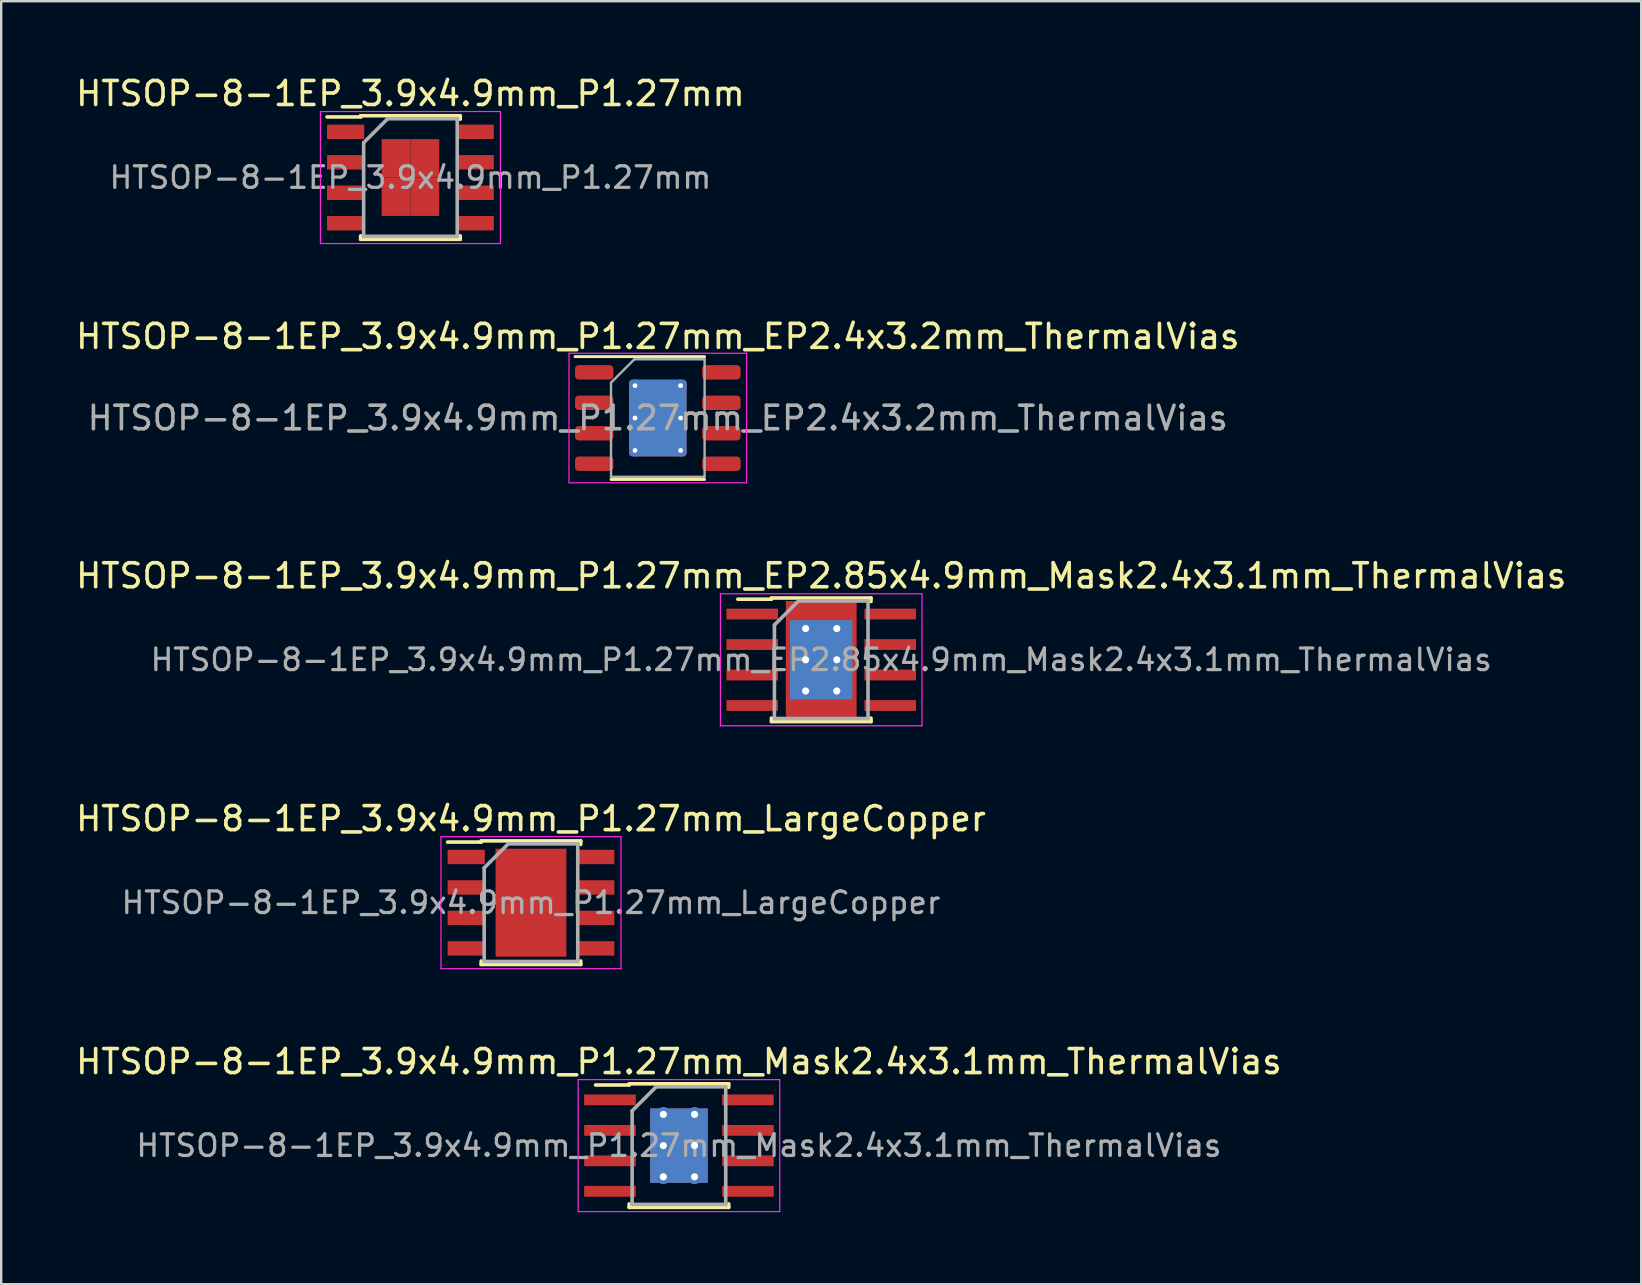
<source format=kicad_pcb>
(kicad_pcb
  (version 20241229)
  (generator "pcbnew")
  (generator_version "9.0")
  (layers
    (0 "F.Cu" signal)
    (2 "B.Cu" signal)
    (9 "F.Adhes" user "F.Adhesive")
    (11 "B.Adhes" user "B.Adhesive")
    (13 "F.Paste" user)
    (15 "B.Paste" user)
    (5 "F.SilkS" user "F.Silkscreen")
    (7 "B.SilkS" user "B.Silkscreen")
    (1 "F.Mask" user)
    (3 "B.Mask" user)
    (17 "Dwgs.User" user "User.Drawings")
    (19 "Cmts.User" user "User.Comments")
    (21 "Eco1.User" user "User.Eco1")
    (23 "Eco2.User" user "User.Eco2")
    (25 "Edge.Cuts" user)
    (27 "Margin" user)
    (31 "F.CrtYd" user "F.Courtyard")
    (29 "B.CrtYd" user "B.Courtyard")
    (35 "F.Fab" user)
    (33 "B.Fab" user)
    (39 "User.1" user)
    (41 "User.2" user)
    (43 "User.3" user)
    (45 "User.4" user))
  (footprint "HTSOP-8-1EP_3.9x4.9mm_P1.27mm"
    (layer "F.Cu")
    (at 14.054 4.348)
    (property "Reference" "HTSOP-8-1EP_3.9x4.9mm_P1.27mm" (at 0 -3.5 0) (layer "F.SilkS") (effects (font (size 1 1) (thickness 0.15))))
    (attr smd)
    (fp_line (start -2.075 -2.575) (end -2.075 -2.525) (stroke (width 0.15) (type solid)) (layer "F.SilkS"))
    (fp_line (start -2.075 -2.575) (end 2.075 -2.575) (stroke (width 0.15) (type solid)) (layer "F.SilkS"))
    (fp_line (start -2.075 -2.525) (end -3.475 -2.525) (stroke (width 0.15) (type solid)) (layer "F.SilkS"))
    (fp_line (start -2.075 2.575) (end -2.075 2.43) (stroke (width 0.15) (type solid)) (layer "F.SilkS"))
    (fp_line (start -2.075 2.575) (end 2.075 2.575) (stroke (width 0.15) (type solid)) (layer "F.SilkS"))
    (fp_line (start 2.075 -2.575) (end 2.075 -2.43) (stroke (width 0.15) (type solid)) (layer "F.SilkS"))
    (fp_line (start 2.075 2.575) (end 2.075 2.43) (stroke (width 0.15) (type solid)) (layer "F.SilkS"))
    (fp_line (start -3.75 -2.75) (end -3.75 2.75) (stroke (width 0.05) (type solid)) (layer "F.CrtYd"))
    (fp_line (start -3.75 -2.75) (end 3.75 -2.75) (stroke (width 0.05) (type solid)) (layer "F.CrtYd"))
    (fp_line (start -3.75 2.75) (end 3.75 2.75) (stroke (width 0.05) (type solid)) (layer "F.CrtYd"))
    (fp_line (start 3.75 -2.75) (end 3.75 2.75) (stroke (width 0.05) (type solid)) (layer "F.CrtYd"))
    (fp_line (start -1.95 -1.45) (end -0.95 -2.45) (stroke (width 0.15) (type solid)) (layer "F.Fab"))
    (fp_line (start -1.95 2.45) (end -1.95 -1.45) (stroke (width 0.15) (type solid)) (layer "F.Fab"))
    (fp_line (start -0.95 -2.45) (end 1.95 -2.45) (stroke (width 0.15) (type solid)) (layer "F.Fab"))
    (fp_line (start 1.95 -2.45) (end 1.95 2.45) (stroke (width 0.15) (type solid)) (layer "F.Fab"))
    (fp_line (start 1.95 2.45) (end -1.95 2.45) (stroke (width 0.15) (type solid)) (layer "F.Fab"))
    (fp_text user "${REFERENCE}" (at 0 0 0) (layer "F.Fab") (effects (font (size 0.9 0.9) (thickness 0.135))))
    (pad "1" smd rect (at -2.7 -1.905) (size 1.55 0.6) (layers "F.Cu" "F.Mask" "F.Paste"))
    (pad "2" smd rect (at -2.7 -0.635) (size 1.55 0.6) (layers "F.Cu" "F.Mask" "F.Paste"))
    (pad "3" smd rect (at -2.7 0.635) (size 1.55 0.6) (layers "F.Cu" "F.Mask" "F.Paste"))
    (pad "4" smd rect (at -2.7 1.905) (size 1.55 0.6) (layers "F.Cu" "F.Mask" "F.Paste"))
    (pad "5" smd rect (at 2.7 1.905) (size 1.55 0.6) (layers "F.Cu" "F.Mask" "F.Paste"))
    (pad "6" smd rect (at 2.7 0.635) (size 1.55 0.6) (layers "F.Cu" "F.Mask" "F.Paste"))
    (pad "7" smd rect (at 2.7 -0.635) (size 1.55 0.6) (layers "F.Cu" "F.Mask" "F.Paste"))
    (pad "8" smd rect (at 2.7 -1.905) (size 1.55 0.6) (layers "F.Cu" "F.Mask" "F.Paste"))
    (pad "9" smd rect (at -0.6 -0.8) (size 1.2 1.6) (layers "F.Cu" "F.Mask" "F.Paste"))
    (pad "9" smd rect (at -0.6 0.8) (size 1.2 1.6) (layers "F.Cu" "F.Mask" "F.Paste"))
    (pad "9" smd rect (at 0.6 -0.8) (size 1.2 1.6) (layers "F.Cu" "F.Mask" "F.Paste"))
    (pad "9" smd rect (at 0.6 0.8) (size 1.2 1.6) (layers "F.Cu" "F.Mask" "F.Paste")))
  (footprint "HTSOP-8-1EP_3.9x4.9mm_P1.27mm_EP2.4x3.2mm_ThermalVias"
    (layer "F.Cu")
    (at 24.363 14.371)
    (property "Reference" "HTSOP-8-1EP_3.9x4.9mm_P1.27mm_EP2.4x3.2mm_ThermalVias" (at 0 -3.4 0) (layer "F.SilkS") (effects (font (size 1 1) (thickness 0.15))))
    (attr smd)
    (fp_line (start 0 -2.56) (end -3.45 -2.56) (stroke (width 0.12) (type solid)) (layer "F.SilkS"))
    (fp_line (start 0 -2.56) (end 1.95 -2.56) (stroke (width 0.12) (type solid)) (layer "F.SilkS"))
    (fp_line (start 0 2.56) (end -1.95 2.56) (stroke (width 0.12) (type solid)) (layer "F.SilkS"))
    (fp_line (start 0 2.56) (end 1.95 2.56) (stroke (width 0.12) (type solid)) (layer "F.SilkS"))
    (fp_line (start -3.7 -2.7) (end -3.7 2.7) (stroke (width 0.05) (type solid)) (layer "F.CrtYd"))
    (fp_line (start -3.7 2.7) (end 3.7 2.7) (stroke (width 0.05) (type solid)) (layer "F.CrtYd"))
    (fp_line (start 3.7 -2.7) (end -3.7 -2.7) (stroke (width 0.05) (type solid)) (layer "F.CrtYd"))
    (fp_line (start 3.7 2.7) (end 3.7 -2.7) (stroke (width 0.05) (type solid)) (layer "F.CrtYd"))
    (fp_line (start -1.95 -1.475) (end -0.975 -2.45) (stroke (width 0.1) (type solid)) (layer "F.Fab"))
    (fp_line (start -1.95 2.45) (end -1.95 -1.475) (stroke (width 0.1) (type solid)) (layer "F.Fab"))
    (fp_line (start -0.975 -2.45) (end 1.95 -2.45) (stroke (width 0.1) (type solid)) (layer "F.Fab"))
    (fp_line (start 1.95 -2.45) (end 1.95 2.45) (stroke (width 0.1) (type solid)) (layer "F.Fab"))
    (fp_line (start 1.95 2.45) (end -1.95 2.45) (stroke (width 0.1) (type solid)) (layer "F.Fab"))
    (fp_text user "${REFERENCE}" (at 0 0 0) (layer "F.Fab") (effects (font (size 0.98 0.98) (thickness 0.15))))
    (pad "" smd roundrect (at -0.6 -0.8) (size 0.97 1.29) (layers "F.Paste") (roundrect_rratio 0.25))
    (pad "" smd roundrect (at -0.6 0.8) (size 0.97 1.29) (layers "F.Paste") (roundrect_rratio 0.25))
    (pad "" smd roundrect (at 0.6 -0.8) (size 0.97 1.29) (layers "F.Paste") (roundrect_rratio 0.25))
    (pad "" smd roundrect (at 0.6 0.8) (size 0.97 1.29) (layers "F.Paste") (roundrect_rratio 0.25))
    (pad "1" smd roundrect (at -2.65 -1.905) (size 1.6 0.6) (layers "F.Cu" "F.Mask" "F.Paste") (roundrect_rratio 0.25))
    (pad "2" smd roundrect (at -2.65 -0.635) (size 1.6 0.6) (layers "F.Cu" "F.Mask" "F.Paste") (roundrect_rratio 0.25))
    (pad "3" smd roundrect (at -2.65 0.635) (size 1.6 0.6) (layers "F.Cu" "F.Mask" "F.Paste") (roundrect_rratio 0.25))
    (pad "4" smd roundrect (at -2.65 1.905) (size 1.6 0.6) (layers "F.Cu" "F.Mask" "F.Paste") (roundrect_rratio 0.25))
    (pad "5" smd roundrect (at 2.65 1.905) (size 1.6 0.6) (layers "F.Cu" "F.Mask" "F.Paste") (roundrect_rratio 0.25))
    (pad "6" smd roundrect (at 2.65 0.635) (size 1.6 0.6) (layers "F.Cu" "F.Mask" "F.Paste") (roundrect_rratio 0.25))
    (pad "7" smd roundrect (at 2.65 -0.635) (size 1.6 0.6) (layers "F.Cu" "F.Mask" "F.Paste") (roundrect_rratio 0.25))
    (pad "8" smd roundrect (at 2.65 -1.905) (size 1.6 0.6) (layers "F.Cu" "F.Mask" "F.Paste") (roundrect_rratio 0.25))
    (pad "9" thru_hole circle (at -0.95 -1.35) (size 0.5 0.5) (drill 0.2) (layers "*.Cu"))
    (pad "9" thru_hole circle (at -0.95 0) (size 0.5 0.5) (drill 0.2) (layers "*.Cu"))
    (pad "9" thru_hole circle (at -0.95 1.35) (size 0.5 0.5) (drill 0.2) (layers "*.Cu"))
    (pad "9" smd roundrect (at 0 0) (size 2.4 3.2) (layers "F.Cu" "F.Mask") (roundrect_rratio 0.062))
    (pad "9" smd roundrect (at 0 0) (size 2.4 3.2) (layers "B.Cu") (roundrect_rratio 0.062))
    (pad "9" thru_hole circle (at 0.95 -1.35) (size 0.5 0.5) (drill 0.2) (layers "*.Cu"))
    (pad "9" thru_hole circle (at 0.95 0) (size 0.5 0.5) (drill 0.2) (layers "*.Cu"))
    (pad "9" thru_hole circle (at 0.95 1.35) (size 0.5 0.5) (drill 0.2) (layers "*.Cu")))
  (footprint "HTSOP-8-1EP_3.9x4.9mm_P1.27mm_LargeCopper"
    (layer "F.Cu")
    (at 19.077 34.568)
    (property "Reference" "HTSOP-8-1EP_3.9x4.9mm_P1.27mm_LargeCopper" (at 0 -3.5 0) (layer "F.SilkS") (effects (font (size 1 1) (thickness 0.15))))
    (attr smd)
    (fp_line (start -2.075 -2.575) (end -2.075 -2.525) (stroke (width 0.15) (type solid)) (layer "F.SilkS"))
    (fp_line (start -2.075 -2.575) (end 2.075 -2.575) (stroke (width 0.15) (type solid)) (layer "F.SilkS"))
    (fp_line (start -2.075 -2.525) (end -3.475 -2.525) (stroke (width 0.15) (type solid)) (layer "F.SilkS"))
    (fp_line (start -2.075 2.575) (end -2.075 2.43) (stroke (width 0.15) (type solid)) (layer "F.SilkS"))
    (fp_line (start -2.075 2.575) (end 2.075 2.575) (stroke (width 0.15) (type solid)) (layer "F.SilkS"))
    (fp_line (start 2.075 -2.575) (end 2.075 -2.43) (stroke (width 0.15) (type solid)) (layer "F.SilkS"))
    (fp_line (start 2.075 2.575) (end 2.075 2.43) (stroke (width 0.15) (type solid)) (layer "F.SilkS"))
    (fp_line (start -3.75 -2.75) (end -3.75 2.75) (stroke (width 0.05) (type solid)) (layer "F.CrtYd"))
    (fp_line (start -3.75 -2.75) (end 3.75 -2.75) (stroke (width 0.05) (type solid)) (layer "F.CrtYd"))
    (fp_line (start -3.75 2.75) (end 3.75 2.75) (stroke (width 0.05) (type solid)) (layer "F.CrtYd"))
    (fp_line (start 3.75 -2.75) (end 3.75 2.75) (stroke (width 0.05) (type solid)) (layer "F.CrtYd"))
    (fp_line (start -1.95 -1.45) (end -0.95 -2.45) (stroke (width 0.15) (type solid)) (layer "F.Fab"))
    (fp_line (start -1.95 2.45) (end -1.95 -1.45) (stroke (width 0.15) (type solid)) (layer "F.Fab"))
    (fp_line (start -0.95 -2.45) (end 1.95 -2.45) (stroke (width 0.15) (type solid)) (layer "F.Fab"))
    (fp_line (start 1.95 -2.45) (end 1.95 2.45) (stroke (width 0.15) (type solid)) (layer "F.Fab"))
    (fp_line (start 1.95 2.45) (end -1.95 2.45) (stroke (width 0.15) (type solid)) (layer "F.Fab"))
    (fp_text user "${REFERENCE}" (at 0 0 0) (layer "F.Fab") (effects (font (size 0.9 0.9) (thickness 0.135))))
    (pad "1" smd rect (at -2.7 -1.905) (size 1.55 0.6) (layers "F.Cu" "F.Mask" "F.Paste"))
    (pad "2" smd rect (at -2.7 -0.635) (size 1.55 0.6) (layers "F.Cu" "F.Mask" "F.Paste"))
    (pad "3" smd rect (at -2.7 0.635) (size 1.55 0.6) (layers "F.Cu" "F.Mask" "F.Paste"))
    (pad "4" smd rect (at -2.7 1.905) (size 1.55 0.6) (layers "F.Cu" "F.Mask" "F.Paste"))
    (pad "5" smd rect (at 2.7 1.905) (size 1.55 0.6) (layers "F.Cu" "F.Mask" "F.Paste"))
    (pad "6" smd rect (at 2.7 0.635) (size 1.55 0.6) (layers "F.Cu" "F.Mask" "F.Paste"))
    (pad "7" smd rect (at 2.7 -0.635) (size 1.55 0.6) (layers "F.Cu" "F.Mask" "F.Paste"))
    (pad "8" smd rect (at 2.7 -1.905) (size 1.55 0.6) (layers "F.Cu" "F.Mask" "F.Paste"))
    (pad "9" smd rect (at -0.6 -0.8) (size 1.2 1.6) (layers "F.Cu" "F.Mask" "F.Paste"))
    (pad "9" smd rect (at -0.6 0.8) (size 1.2 1.6) (layers "F.Cu" "F.Mask" "F.Paste"))
    (pad "9" smd rect (at 0 0) (size 2.95 4.5) (layers "F.Cu"))
    (pad "9" smd rect (at 0.6 -0.8) (size 1.2 1.6) (layers "F.Cu" "F.Mask" "F.Paste"))
    (pad "9" smd rect (at 0.6 0.8) (size 1.2 1.6) (layers "F.Cu" "F.Mask" "F.Paste")))
  (footprint "HTSOP-8-1EP_3.9x4.9mm_P1.27mm_EP2.85x4.9mm_Mask2.4x3.1mm_ThermalVias"
    (layer "F.Cu")
    (at 31.173 24.445)
    (property "Reference" "HTSOP-8-1EP_3.9x4.9mm_P1.27mm_EP2.85x4.9mm_Mask2.4x3.1mm_ThermalVias" (at 0 -3.5 0) (layer "F.SilkS") (effects (font (size 1 1) (thickness 0.15))))
    (attr smd)
    (fp_line (start -2.075 -2.575) (end -2.075 -2.525) (stroke (width 0.15) (type solid)) (layer "F.SilkS"))
    (fp_line (start -2.075 -2.575) (end 2.075 -2.575) (stroke (width 0.15) (type solid)) (layer "F.SilkS"))
    (fp_line (start -2.075 -2.525) (end -3.475 -2.525) (stroke (width 0.15) (type solid)) (layer "F.SilkS"))
    (fp_line (start -2.075 2.575) (end -2.075 2.43) (stroke (width 0.15) (type solid)) (layer "F.SilkS"))
    (fp_line (start -2.075 2.575) (end 2.075 2.575) (stroke (width 0.15) (type solid)) (layer "F.SilkS"))
    (fp_line (start 2.075 -2.575) (end 2.075 -2.43) (stroke (width 0.15) (type solid)) (layer "F.SilkS"))
    (fp_line (start 2.075 2.575) (end 2.075 2.43) (stroke (width 0.15) (type solid)) (layer "F.SilkS"))
    (fp_line (start -4.2 -2.75) (end -4.2 2.75) (stroke (width 0.05) (type solid)) (layer "F.CrtYd"))
    (fp_line (start -4.2 -2.75) (end 4.2 -2.75) (stroke (width 0.05) (type solid)) (layer "F.CrtYd"))
    (fp_line (start -4.2 2.75) (end 4.2 2.75) (stroke (width 0.05) (type solid)) (layer "F.CrtYd"))
    (fp_line (start 4.2 -2.75) (end 4.2 2.75) (stroke (width 0.05) (type solid)) (layer "F.CrtYd"))
    (fp_line (start -1.95 -1.45) (end -0.95 -2.45) (stroke (width 0.15) (type solid)) (layer "F.Fab"))
    (fp_line (start -1.95 2.45) (end -1.95 -1.45) (stroke (width 0.15) (type solid)) (layer "F.Fab"))
    (fp_line (start -0.95 -2.45) (end 1.95 -2.45) (stroke (width 0.15) (type solid)) (layer "F.Fab"))
    (fp_line (start 1.95 -2.45) (end 1.95 2.45) (stroke (width 0.15) (type solid)) (layer "F.Fab"))
    (fp_line (start 1.95 2.45) (end -1.95 2.45) (stroke (width 0.15) (type solid)) (layer "F.Fab"))
    (fp_text user "${REFERENCE}" (at 0 0 0) (layer "F.Fab") (effects (font (size 0.9 0.9) (thickness 0.135))))
    (pad "" smd rect (at 0 -0.65) (size 2.4 0.8) (layers "F.Paste"))
    (pad "" smd rect (at 0 0) (size 0.8 3.1) (layers "F.Paste"))
    (pad "" smd rect (at 0 0) (size 2.4 3.1) (layers "F.Mask"))
    (pad "" smd rect (at 0 0.65) (size 2.4 0.8) (layers "F.Paste"))
    (pad "1" smd rect (at -2.875 -1.905) (size 2.15 0.45) (layers "F.Cu" "F.Mask" "F.Paste"))
    (pad "2" smd rect (at -2.875 -0.635) (size 2.15 0.45) (layers "F.Cu" "F.Mask" "F.Paste"))
    (pad "3" smd rect (at -2.875 0.635) (size 2.15 0.45) (layers "F.Cu" "F.Mask" "F.Paste"))
    (pad "4" smd rect (at -2.875 1.905) (size 2.15 0.45) (layers "F.Cu" "F.Mask" "F.Paste"))
    (pad "5" smd rect (at 2.875 1.905) (size 2.15 0.45) (layers "F.Cu" "F.Mask" "F.Paste"))
    (pad "6" smd rect (at 2.875 0.635) (size 2.15 0.45) (layers "F.Cu" "F.Mask" "F.Paste"))
    (pad "7" smd rect (at 2.875 -0.635) (size 2.15 0.45) (layers "F.Cu" "F.Mask" "F.Paste"))
    (pad "8" smd rect (at 2.875 -1.905) (size 2.15 0.45) (layers "F.Cu" "F.Mask" "F.Paste"))
    (pad "9" thru_hole circle (at -0.65 -1.3) (size 0.6 0.6) (drill 0.3) (layers "*.Cu"))
    (pad "9" thru_hole circle (at -0.65 0) (size 0.6 0.6) (drill 0.3) (layers "*.Cu"))
    (pad "9" thru_hole circle (at -0.65 1.3) (size 0.6 0.6) (drill 0.3) (layers "*.Cu"))
    (pad "9" smd rect (at 0 0) (size 2.4 3.1) (layers "B.Cu"))
    (pad "9" smd rect (at 0 0) (size 2.6 3.3) (layers "B.Cu"))
    (pad "9" smd rect (at 0 0) (size 2.95 4.9) (layers "F.Cu"))
    (pad "9" thru_hole circle (at 0.65 -1.3) (size 0.6 0.6) (drill 0.3) (layers "*.Cu"))
    (pad "9" thru_hole circle (at 0.65 0) (size 0.6 0.6) (drill 0.3) (layers "*.Cu"))
    (pad "9" thru_hole circle (at 0.65 1.3) (size 0.6 0.6) (drill 0.3) (layers "*.Cu")))
  (footprint "HTSOP-8-1EP_3.9x4.9mm_P1.27mm_Mask2.4x3.1mm_ThermalVias"
    (layer "F.Cu")
    (at 25.244 44.691)
    (property "Reference" "HTSOP-8-1EP_3.9x4.9mm_P1.27mm_Mask2.4x3.1mm_ThermalVias" (at 0 -3.5 0) (layer "F.SilkS") (effects (font (size 1 1) (thickness 0.15))))
    (attr smd)
    (fp_line (start -2.075 -2.575) (end -2.075 -2.525) (stroke (width 0.15) (type solid)) (layer "F.SilkS"))
    (fp_line (start -2.075 -2.575) (end 2.075 -2.575) (stroke (width 0.15) (type solid)) (layer "F.SilkS"))
    (fp_line (start -2.075 -2.525) (end -3.475 -2.525) (stroke (width 0.15) (type solid)) (layer "F.SilkS"))
    (fp_line (start -2.075 2.575) (end -2.075 2.43) (stroke (width 0.15) (type solid)) (layer "F.SilkS"))
    (fp_line (start -2.075 2.575) (end 2.075 2.575) (stroke (width 0.15) (type solid)) (layer "F.SilkS"))
    (fp_line (start 2.075 -2.575) (end 2.075 -2.43) (stroke (width 0.15) (type solid)) (layer "F.SilkS"))
    (fp_line (start 2.075 2.575) (end 2.075 2.43) (stroke (width 0.15) (type solid)) (layer "F.SilkS"))
    (fp_line (start -4.2 -2.75) (end -4.2 2.75) (stroke (width 0.05) (type solid)) (layer "F.CrtYd"))
    (fp_line (start -4.2 -2.75) (end 4.2 -2.75) (stroke (width 0.05) (type solid)) (layer "F.CrtYd"))
    (fp_line (start -4.2 2.75) (end 4.2 2.75) (stroke (width 0.05) (type solid)) (layer "F.CrtYd"))
    (fp_line (start 4.2 -2.75) (end 4.2 2.75) (stroke (width 0.05) (type solid)) (layer "F.CrtYd"))
    (fp_line (start -1.95 -1.45) (end -0.95 -2.45) (stroke (width 0.15) (type solid)) (layer "F.Fab"))
    (fp_line (start -1.95 2.45) (end -1.95 -1.45) (stroke (width 0.15) (type solid)) (layer "F.Fab"))
    (fp_line (start -0.95 -2.45) (end 1.95 -2.45) (stroke (width 0.15) (type solid)) (layer "F.Fab"))
    (fp_line (start 1.95 -2.45) (end 1.95 2.45) (stroke (width 0.15) (type solid)) (layer "F.Fab"))
    (fp_line (start 1.95 2.45) (end -1.95 2.45) (stroke (width 0.15) (type solid)) (layer "F.Fab"))
    (fp_text user "${REFERENCE}" (at 0 0 0) (layer "F.Fab") (effects (font (size 0.9 0.9) (thickness 0.135))))
    (pad "1" smd rect (at -2.875 -1.905) (size 2.15 0.45) (layers "F.Cu" "F.Mask" "F.Paste"))
    (pad "2" smd rect (at -2.875 -0.635) (size 2.15 0.45) (layers "F.Cu" "F.Mask" "F.Paste"))
    (pad "3" smd rect (at -2.875 0.635) (size 2.15 0.45) (layers "F.Cu" "F.Mask" "F.Paste"))
    (pad "4" smd rect (at -2.875 1.905) (size 2.15 0.45) (layers "F.Cu" "F.Mask" "F.Paste"))
    (pad "5" smd rect (at 2.875 1.905) (size 2.15 0.45) (layers "F.Cu" "F.Mask" "F.Paste"))
    (pad "6" smd rect (at 2.875 0.635) (size 2.15 0.45) (layers "F.Cu" "F.Mask" "F.Paste"))
    (pad "7" smd rect (at 2.875 -0.635) (size 2.15 0.45) (layers "F.Cu" "F.Mask" "F.Paste"))
    (pad "8" smd rect (at 2.875 -1.905) (size 2.15 0.45) (layers "F.Cu" "F.Mask" "F.Paste"))
    (pad "9" thru_hole circle (at -0.65 -1.3) (size 0.6 0.6) (drill 0.3) (layers "*.Cu"))
    (pad "9" thru_hole circle (at -0.65 0) (size 0.6 0.6) (drill 0.3) (layers "*.Cu"))
    (pad "9" thru_hole circle (at -0.65 1.3) (size 0.6 0.6) (drill 0.3) (layers "*.Cu"))
    (pad "9" smd rect (at -0.6 -0.775) (size 1.2 1.55) (layers "F.Cu" "F.Mask" "F.Paste"))
    (pad "9" smd rect (at -0.6 0.775) (size 1.2 1.55) (layers "F.Cu" "F.Mask" "F.Paste"))
    (pad "9" smd rect (at 0 0) (size 2.4 3.1) (layers "B.Cu"))
    (pad "9" smd rect (at 0.6 -0.775) (size 1.2 1.55) (layers "F.Cu" "F.Mask" "F.Paste"))
    (pad "9" smd rect (at 0.6 0.775) (size 1.2 1.55) (layers "F.Cu" "F.Mask" "F.Paste"))
    (pad "9" thru_hole circle (at 0.65 -1.3) (size 0.6 0.6) (drill 0.3) (layers "*.Cu"))
    (pad "9" thru_hole circle (at 0.65 0) (size 0.6 0.6) (drill 0.3) (layers "*.Cu"))
    (pad "9" thru_hole circle (at 0.65 1.3) (size 0.6 0.6) (drill 0.3) (layers "*.Cu")))
  (gr_rect
    (start -3 -3)
    (end 65.345 50.466)
    (stroke (width 0.1) (type default))
    (fill no)
    (layer "Edge.Cuts")))
</source>
